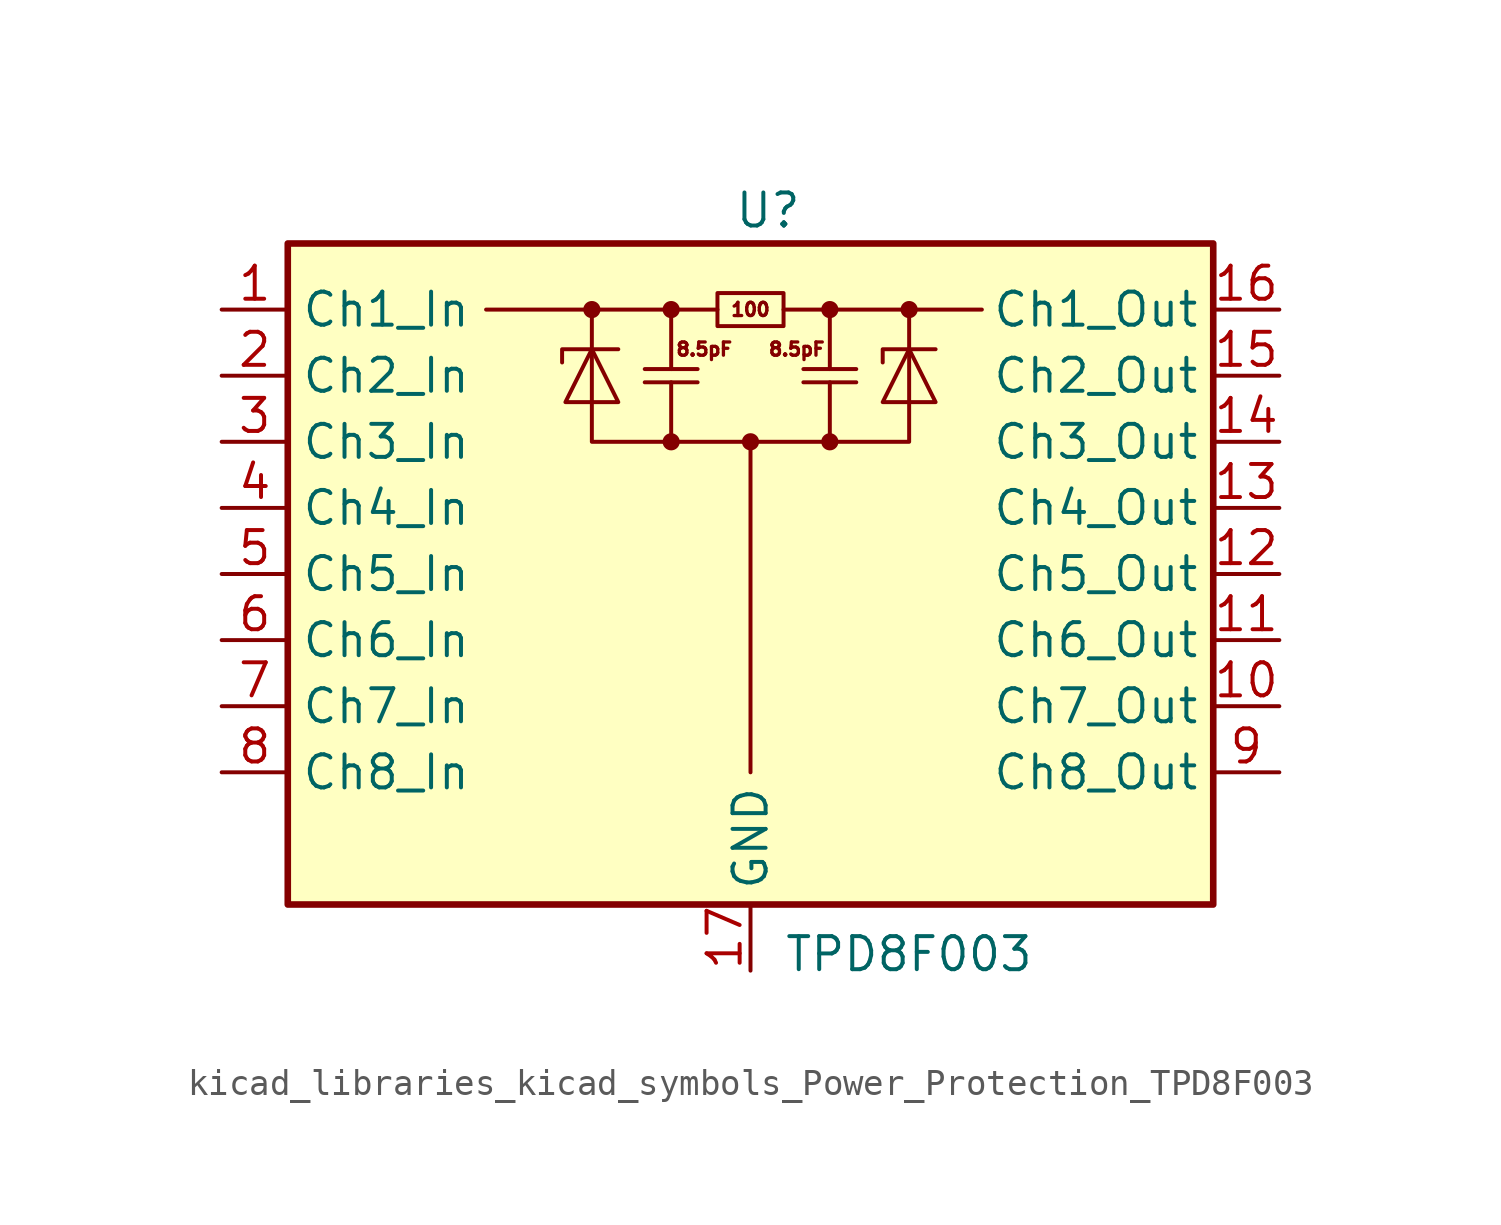
<source format=kicad_sym>
(kicad_symbol_lib
  (version 20220914)
  (generator kicad_symbol_editor)
  (symbol "kicad_libraries_kicad_symbols_Power_Protection_TPD8F003"
    (property "Reference" "U"
      (at -0.635 13.97 0)
      (effects (font (size 1.27 1.27)) (justify left)))
    (property "Value" "TPD8F003"
      (at 1.27 -14.605 0)
      (effects (font (size 1.27 1.27)) (justify left)))
    (symbol "kicad_libraries_kicad_symbols_Power_Protection_TPD8F003_0_0"
      (circle (center -6.096 10.16) (radius 0.254) (stroke (width 0) (type default)) (fill (type outline)))
      (circle (center -3.048 5.08) (radius 0.254) (stroke (width 0) (type default)) (fill (type outline)))
      (circle (center -3.048 10.16) (radius 0.254) (stroke (width 0) (type default)) (fill (type outline)))
      (polyline (pts (xy -6.096 10.16) (xy -6.096 5.08) (xy 6.096 5.08) (xy 6.096 10.16)) (stroke (width 0) (type default)) (fill (type none)))
      (circle (center 0 5.08) (radius 0.254) (stroke (width 0) (type default)) (fill (type outline)))
      (circle (center 3.048 5.08) (radius 0.254) (stroke (width 0) (type default)) (fill (type outline)))
      (circle (center 3.048 10.16) (radius 0.254) (stroke (width 0) (type default)) (fill (type outline)))
      (circle (center 6.096 10.16) (radius 0.254) (stroke (width 0) (type default)) (fill (type outline)))
      (text "100" (at 0 10.16 0) (effects (font (size 0.508 0.508))))
      (text "8.5pF" (at -1.778 8.636 0) (effects (font (size 0.508 0.508))))
      (text "8.5pF" (at 1.778 8.636 0) (effects (font (size 0.508 0.508)))))
    (symbol "kicad_libraries_kicad_symbols_Power_Protection_TPD8F003_0_1"
      (rectangle (start -17.78 12.7) (end 17.78 -12.7) (stroke (width 0.254) (type default)) (fill (type background)))
      (polyline (pts (xy -4.064 7.874) (xy -2.032 7.874)) (stroke (width 0) (type default)) (fill (type none)))
      (polyline (pts (xy -3.048 7.366) (xy -3.048 5.08)) (stroke (width 0) (type default)) (fill (type none)))
      (polyline (pts (xy -3.048 10.16) (xy -3.048 7.874)) (stroke (width 0) (type default)) (fill (type none)))
      (polyline (pts (xy -2.032 7.366) (xy -4.064 7.366)) (stroke (width 0) (type default)) (fill (type none)))
      (polyline (pts (xy -1.27 10.16) (xy -10.16 10.16)) (stroke (width 0) (type default)) (fill (type none)))
      (polyline (pts (xy 0 5.08) (xy 0 -7.62)) (stroke (width 0) (type default)) (fill (type none)))
      (polyline (pts (xy 1.27 10.16) (xy 8.89 10.16)) (stroke (width 0) (type default)) (fill (type none)))
      (polyline (pts (xy 2.032 7.874) (xy 4.064 7.874)) (stroke (width 0) (type default)) (fill (type none)))
      (polyline (pts (xy 3.048 7.366) (xy 3.048 5.08)) (stroke (width 0) (type default)) (fill (type none)))
      (polyline (pts (xy 3.048 10.16) (xy 3.048 7.874)) (stroke (width 0) (type default)) (fill (type none)))
      (polyline (pts (xy 4.064 7.366) (xy 2.032 7.366)) (stroke (width 0) (type default)) (fill (type none)))
      (polyline (pts (xy -5.08 8.636) (xy -7.239 8.636) (xy -7.239 8.128)) (stroke (width 0) (type default)) (fill (type none)))
      (polyline (pts (xy 5.08 8.128) (xy 5.08 8.636) (xy 7.112 8.636)) (stroke (width 0) (type default)) (fill (type none)))
      (polyline (pts (xy -6.096 8.636) (xy -5.08 6.604) (xy -7.112 6.604) (xy -6.096 8.636)) (stroke (width 0) (type default)) (fill (type none)))
      (polyline (pts (xy 6.096 8.636) (xy 5.08 6.604) (xy 7.112 6.604) (xy 6.096 8.636)) (stroke (width 0) (type default)) (fill (type none)))
      (polyline (pts (xy -1.27 10.16) (xy -1.27 9.525) (xy 1.27 9.525) (xy 1.27 10.795) (xy -1.27 10.795) (xy -1.27 10.16)) (stroke (width 0) (type default)) (fill (type none))))
    (symbol "kicad_libraries_kicad_symbols_Power_Protection_TPD8F003_1_1"
      (pin passive line (at -20.32 10.16 0) (length 2.54) (name "Ch1_In" (effects (font (size 1.27 1.27)))) (number "1" (effects (font (size 1.27 1.27)))))
      (pin passive line (at 20.32 -5.08 180) (length 2.54) (name "Ch7_Out" (effects (font (size 1.27 1.27)))) (number "10" (effects (font (size 1.27 1.27)))))
      (pin passive line (at 20.32 -2.54 180) (length 2.54) (name "Ch6_Out" (effects (font (size 1.27 1.27)))) (number "11" (effects (font (size 1.27 1.27)))))
      (pin passive line (at 20.32 0 180) (length 2.54) (name "Ch5_Out" (effects (font (size 1.27 1.27)))) (number "12" (effects (font (size 1.27 1.27)))))
      (pin passive line (at 20.32 2.54 180) (length 2.54) (name "Ch4_Out" (effects (font (size 1.27 1.27)))) (number "13" (effects (font (size 1.27 1.27)))))
      (pin passive line (at 20.32 5.08 180) (length 2.54) (name "Ch3_Out" (effects (font (size 1.27 1.27)))) (number "14" (effects (font (size 1.27 1.27)))))
      (pin passive line (at 20.32 7.62 180) (length 2.54) (name "Ch2_Out" (effects (font (size 1.27 1.27)))) (number "15" (effects (font (size 1.27 1.27)))))
      (pin passive line (at 20.32 10.16 180) (length 2.54) (name "Ch1_Out" (effects (font (size 1.27 1.27)))) (number "16" (effects (font (size 1.27 1.27)))))
      (pin power_in line (at 0 -15.24 90) (length 2.54) (name "GND" (effects (font (size 1.27 1.27)))) (number "17" (effects (font (size 1.27 1.27)))))
      (pin passive line (at -20.32 7.62 0) (length 2.54) (name "Ch2_In" (effects (font (size 1.27 1.27)))) (number "2" (effects (font (size 1.27 1.27)))))
      (pin passive line (at -20.32 5.08 0) (length 2.54) (name "Ch3_In" (effects (font (size 1.27 1.27)))) (number "3" (effects (font (size 1.27 1.27)))))
      (pin passive line (at -20.32 2.54 0) (length 2.54) (name "Ch4_In" (effects (font (size 1.27 1.27)))) (number "4" (effects (font (size 1.27 1.27)))))
      (pin passive line (at -20.32 0 0) (length 2.54) (name "Ch5_In" (effects (font (size 1.27 1.27)))) (number "5" (effects (font (size 1.27 1.27)))))
      (pin passive line (at -20.32 -2.54 0) (length 2.54) (name "Ch6_In" (effects (font (size 1.27 1.27)))) (number "6" (effects (font (size 1.27 1.27)))))
      (pin passive line (at -20.32 -5.08 0) (length 2.54) (name "Ch7_In" (effects (font (size 1.27 1.27)))) (number "7" (effects (font (size 1.27 1.27)))))
      (pin passive line (at -20.32 -7.62 0) (length 2.54) (name "Ch8_In" (effects (font (size 1.27 1.27)))) (number "8" (effects (font (size 1.27 1.27)))))
      (pin passive line (at 20.32 -7.62 180) (length 2.54) (name "Ch8_Out" (effects (font (size 1.27 1.27)))) (number "9" (effects (font (size 1.27 1.27))))))))
</source>
